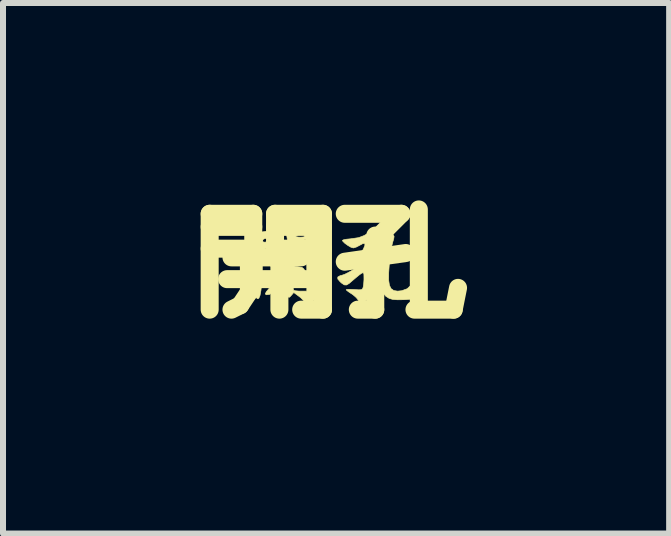
<source format=kicad_pcb>
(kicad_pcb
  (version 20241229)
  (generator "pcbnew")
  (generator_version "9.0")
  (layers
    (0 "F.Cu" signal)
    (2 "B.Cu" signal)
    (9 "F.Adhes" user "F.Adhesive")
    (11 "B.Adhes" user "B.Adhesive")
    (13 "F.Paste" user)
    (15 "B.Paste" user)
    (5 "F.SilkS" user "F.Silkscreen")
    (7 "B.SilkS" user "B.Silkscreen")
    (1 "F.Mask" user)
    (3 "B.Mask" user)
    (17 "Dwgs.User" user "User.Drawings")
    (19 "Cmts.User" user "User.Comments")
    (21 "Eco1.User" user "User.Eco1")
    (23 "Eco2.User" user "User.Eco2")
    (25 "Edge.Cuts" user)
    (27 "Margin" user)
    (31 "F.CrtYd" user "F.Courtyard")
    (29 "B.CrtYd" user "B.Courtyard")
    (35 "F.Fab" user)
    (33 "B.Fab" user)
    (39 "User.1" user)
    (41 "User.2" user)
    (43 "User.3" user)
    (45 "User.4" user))
  (footprint "開孔"
    (layer "F.Cu")
    (at 2.547 1.418)
    (property "Reference" "開孔" (at 0 0 0) (layer "F.SilkS") (effects (font (size 1.524 1.524) (thickness 0.3))))
    (attr through_hole)
    (fp_poly (pts (xy 0.832 -0.64) (xy 0.889 -0.61) (xy 0.922 -0.586) (xy 0.955 -0.555) (xy 0.967 -0.529) (xy 0.961 -0.49) (xy 0.946 -0.441) (xy 0.931 -0.382) (xy 0.915 -0.293) (xy 0.9 -0.186) (xy 0.888 -0.082) (xy 0.877 0.075) (xy 0.876 0.196) (xy 0.889 0.283) (xy 0.917 0.34) (xy 0.962 0.371) (xy 1.025 0.381) (xy 1.094 0.374) (xy 1.185 0.341) (xy 1.251 0.279) (xy 1.272 0.238) (xy 1.296 0.193) (xy 1.318 0.19) (xy 1.338 0.229) (xy 1.357 0.311) (xy 1.364 0.362) (xy 1.369 0.426) (xy 1.357 0.469) (xy 1.323 0.497) (xy 1.261 0.513) (xy 1.165 0.522) (xy 1.125 0.524) (xy 1.02 0.525) (xy 0.945 0.519) (xy 0.891 0.504) (xy 0.875 0.496) (xy 0.83 0.467) (xy 0.796 0.428) (xy 0.773 0.373) (xy 0.759 0.298) (xy 0.753 0.197) (xy 0.755 0.065) (xy 0.763 -0.103) (xy 0.764 -0.121) (xy 0.773 -0.271) (xy 0.776 -0.384) (xy 0.775 -0.467) (xy 0.77 -0.526) (xy 0.762 -0.562) (xy 0.748 -0.614) (xy 0.747 -0.646) (xy 0.748 -0.65) (xy 0.78 -0.655) (xy 0.832 -0.64)) (stroke (width 0.01) (type solid)) (fill yes) (layer "F.SilkS"))
    (fp_poly (pts (xy 0.6 -0.568) (xy 0.608 -0.564) (xy 0.666 -0.525) (xy 0.709 -0.486) (xy 0.751 -0.439) (xy 0.699 -0.405) (xy 0.646 -0.366) (xy 0.591 -0.318) (xy 0.544 -0.269) (xy 0.514 -0.23) (xy 0.508 -0.216) (xy 0.525 -0.19) (xy 0.566 -0.18) (xy 0.612 -0.19) (xy 0.614 -0.191) (xy 0.674 -0.212) (xy 0.71 -0.204) (xy 0.715 -0.174) (xy 0.688 -0.128) (xy 0.661 -0.102) (xy 0.634 -0.077) (xy 0.617 -0.05) (xy 0.607 -0.011) (xy 0.603 0.049) (xy 0.601 0.141) (xy 0.601 0.15) (xy 0.59 0.301) (xy 0.565 0.424) (xy 0.525 0.514) (xy 0.472 0.568) (xy 0.469 0.57) (xy 0.427 0.589) (xy 0.403 0.583) (xy 0.379 0.546) (xy 0.373 0.534) (xy 0.336 0.488) (xy 0.279 0.439) (xy 0.256 0.424) (xy 0.205 0.39) (xy 0.174 0.365) (xy 0.169 0.357) (xy 0.189 0.352) (xy 0.239 0.351) (xy 0.304 0.354) (xy 0.377 0.359) (xy 0.419 0.357) (xy 0.44 0.345) (xy 0.45 0.32) (xy 0.452 0.315) (xy 0.46 0.263) (xy 0.465 0.192) (xy 0.465 0.163) (xy 0.464 0.103) (xy 0.457 0.077) (xy 0.439 0.077) (xy 0.427 0.083) (xy 0.392 0.107) (xy 0.338 0.151) (xy 0.279 0.201) (xy 0.217 0.254) (xy 0.174 0.279) (xy 0.137 0.277) (xy 0.095 0.249) (xy 0.069 0.226) (xy 0.029 0.179) (xy 0.029 0.146) (xy 0.069 0.123) (xy 0.09 0.119) (xy 0.144 0.101) (xy 0.212 0.067) (xy 0.284 0.025) (xy 0.35 -0.019) (xy 0.4 -0.06) (xy 0.423 -0.09) (xy 0.423 -0.094) (xy 0.407 -0.124) (xy 0.366 -0.159) (xy 0.36 -0.162) (xy 0.311 -0.2) (xy 0.299 -0.231) (xy 0.325 -0.25) (xy 0.36 -0.254) (xy 0.408 -0.262) (xy 0.44 -0.293) (xy 0.459 -0.328) (xy 0.482 -0.387) (xy 0.476 -0.413) (xy 0.443 -0.409) (xy 0.395 -0.383) (xy 0.34 -0.354) (xy 0.293 -0.339) (xy 0.285 -0.339) (xy 0.248 -0.35) (xy 0.198 -0.379) (xy 0.149 -0.414) (xy 0.114 -0.448) (xy 0.106 -0.464) (xy 0.125 -0.474) (xy 0.176 -0.484) (xy 0.248 -0.491) (xy 0.252 -0.492) (xy 0.377 -0.51) (xy 0.468 -0.545) (xy 0.473 -0.548) (xy 0.524 -0.577) (xy 0.56 -0.583) (xy 0.6 -0.568)) (stroke (width 0.01) (type solid)) (fill yes) (layer "F.SilkS"))
    (fp_poly (pts (xy -0.438 -0.691) (xy -0.405 -0.673) (xy -0.391 -0.662) (xy -0.38 -0.648) (xy -0.372 -0.625) (xy -0.365 -0.589) (xy -0.361 -0.534) (xy -0.358 -0.456) (xy -0.355 -0.35) (xy -0.353 -0.21) (xy -0.351 -0.072) (xy -0.349 0.1) (xy -0.349 0.235) (xy -0.349 0.339) (xy -0.351 0.416) (xy -0.356 0.472) (xy -0.362 0.514) (xy -0.371 0.545) (xy -0.382 0.572) (xy -0.384 0.577) (xy -0.419 0.634) (xy -0.447 0.652) (xy -0.475 0.631) (xy -0.496 0.595) (xy -0.532 0.546) (xy -0.588 0.491) (xy -0.616 0.469) (xy -0.704 0.404) (xy -0.744 0.451) (xy -0.773 0.482) (xy -0.792 0.482) (xy -0.815 0.456) (xy -0.837 0.4) (xy -0.846 0.304) (xy -0.847 0.269) (xy -0.851 0.184) (xy -0.863 0.139) (xy -0.882 0.133) (xy -0.906 0.169) (xy -0.928 0.228) (xy -0.973 0.323) (xy -1.036 0.396) (xy -1.108 0.435) (xy -1.11 0.436) (xy -1.163 0.442) (xy -1.179 0.426) (xy -1.159 0.388) (xy -1.139 0.365) (xy -1.084 0.297) (xy -1.048 0.234) (xy -1.037 0.192) (xy -1.055 0.175) (xy -1.094 0.169) (xy -1.151 0.157) (xy -1.187 0.136) (xy -1.207 0.121) (xy -1.219 0.126) (xy -1.227 0.158) (xy -1.235 0.222) (xy -1.237 0.247) (xy -1.251 0.372) (xy -1.267 0.456) (xy -1.287 0.501) (xy -1.31 0.508) (xy -1.338 0.479) (xy -1.362 0.436) (xy -1.385 0.384) (xy -1.392 0.337) (xy -1.385 0.276) (xy -1.378 0.236) (xy -1.365 0.148) (xy -1.362 0.111) (xy -0.72 0.111) (xy -0.72 0.232) (xy -0.717 0.3) (xy -0.711 0.35) (xy -0.706 0.367) (xy -0.678 0.375) (xy -0.623 0.38) (xy -0.589 0.381) (xy -0.487 0.381) (xy -0.487 0.067) (xy -0.488 -0.044) (xy -0.49 -0.139) (xy -0.492 -0.211) (xy -0.496 -0.252) (xy -0.498 -0.258) (xy -0.524 -0.262) (xy -0.575 -0.257) (xy -0.631 -0.246) (xy -0.677 -0.232) (xy -0.694 -0.223) (xy -0.691 -0.203) (xy -0.672 -0.188) (xy -0.639 -0.154) (xy -0.642 -0.118) (xy -0.674 -0.096) (xy -0.711 -0.074) (xy -0.712 -0.049) (xy -0.681 -0.03) (xy -0.639 -0.025) (xy -0.569 -0.015) (xy -0.537 0.011) (xy -0.514 0.049) (xy -0.517 0.073) (xy -0.554 0.087) (xy -0.614 0.097) (xy -0.72 0.111) (xy -1.362 0.111) (xy -1.356 0.03) (xy -1.35 -0.104) (xy -1.348 -0.241) (xy -1.349 -0.286) (xy -1.228 -0.286) (xy -1.217 -0.258) (xy -1.181 -0.258) (xy -1.155 -0.267) (xy -1.126 -0.294) (xy -1.122 -0.311) (xy -1.135 -0.333) (xy -1.155 -0.33) (xy -1.196 -0.319) (xy -1.208 -0.318) (xy -1.225 -0.3) (xy -1.228 -0.286) (xy -1.349 -0.286) (xy -1.351 -0.368) (xy -1.357 -0.464) (xy -1.223 -0.464) (xy -1.215 -0.438) (xy -1.181 -0.434) (xy -1.143 -0.448) (xy -1.132 -0.467) (xy -1.148 -0.491) (xy -1.181 -0.496) (xy -1.213 -0.482) (xy -1.223 -0.464) (xy -1.357 -0.464) (xy -1.358 -0.472) (xy -1.362 -0.506) (xy -1.381 -0.62) (xy -1.322 -0.605) (xy -1.267 -0.601) (xy -1.194 -0.61) (xy -1.162 -0.617) (xy -1.089 -0.63) (xy -1.039 -0.625) (xy -1.008 -0.595) (xy -0.992 -0.536) (xy -0.987 -0.442) (xy -0.987 -0.388) (xy -0.99 -0.201) (xy -1.109 -0.172) (xy -1.228 -0.143) (xy -1.228 -0.033) (xy -1.228 0.077) (xy -1.138 0.065) (xy -1.071 0.047) (xy -1.044 0.02) (xy -1.058 -0.015) (xy -1.076 -0.028) (xy -0.899 -0.028) (xy -0.897 -0.011) (xy -0.876 0.017) (xy -0.866 0.021) (xy -0.849 0.004) (xy -0.847 -0.011) (xy -0.863 -0.039) (xy -0.878 -0.042) (xy -0.899 -0.028) (xy -1.076 -0.028) (xy -1.106 -0.05) (xy -1.148 -0.077) (xy -1.157 -0.092) (xy -1.137 -0.104) (xy -1.132 -0.106) (xy -1.092 -0.118) (xy -1.024 -0.136) (xy -0.941 -0.155) (xy -0.926 -0.158) (xy -0.836 -0.181) (xy -0.786 -0.201) (xy -0.776 -0.218) (xy -0.785 -0.249) (xy -0.794 -0.31) (xy -0.802 -0.381) (xy -0.677 -0.381) (xy -0.672 -0.365) (xy -0.648 -0.361) (xy -0.597 -0.369) (xy -0.574 -0.373) (xy -0.527 -0.39) (xy -0.509 -0.421) (xy -0.508 -0.441) (xy -0.511 -0.477) (xy -0.523 -0.475) (xy -0.534 -0.462) (xy -0.574 -0.432) (xy -0.619 -0.415) (xy -0.661 -0.399) (xy -0.677 -0.381) (xy -0.802 -0.381) (xy -0.803 -0.39) (xy -0.805 -0.412) (xy -0.814 -0.497) (xy -0.819 -0.528) (xy -0.671 -0.528) (xy -0.633 -0.52) (xy -0.595 -0.518) (xy -0.54 -0.521) (xy -0.522 -0.536) (xy -0.523 -0.544) (xy -0.542 -0.567) (xy -0.581 -0.569) (xy -0.63 -0.558) (xy -0.67 -0.542) (xy -0.671 -0.528) (xy -0.819 -0.528) (xy -0.824 -0.568) (xy -0.834 -0.614) (xy -0.836 -0.619) (xy -0.84 -0.641) (xy -0.823 -0.652) (xy -0.775 -0.656) (xy -0.743 -0.656) (xy -0.657 -0.661) (xy -0.569 -0.675) (xy -0.543 -0.681) (xy -0.48 -0.694) (xy -0.438 -0.691)) (stroke (width 0.01) (type solid)) (fill yes) (layer "F.SilkS")))
  (gr_rect
    (start -3 -3)
    (end 8.095 5.836)
    (stroke (width 0.1) (type default))
    (fill no)
    (layer "Edge.Cuts")))
</source>
